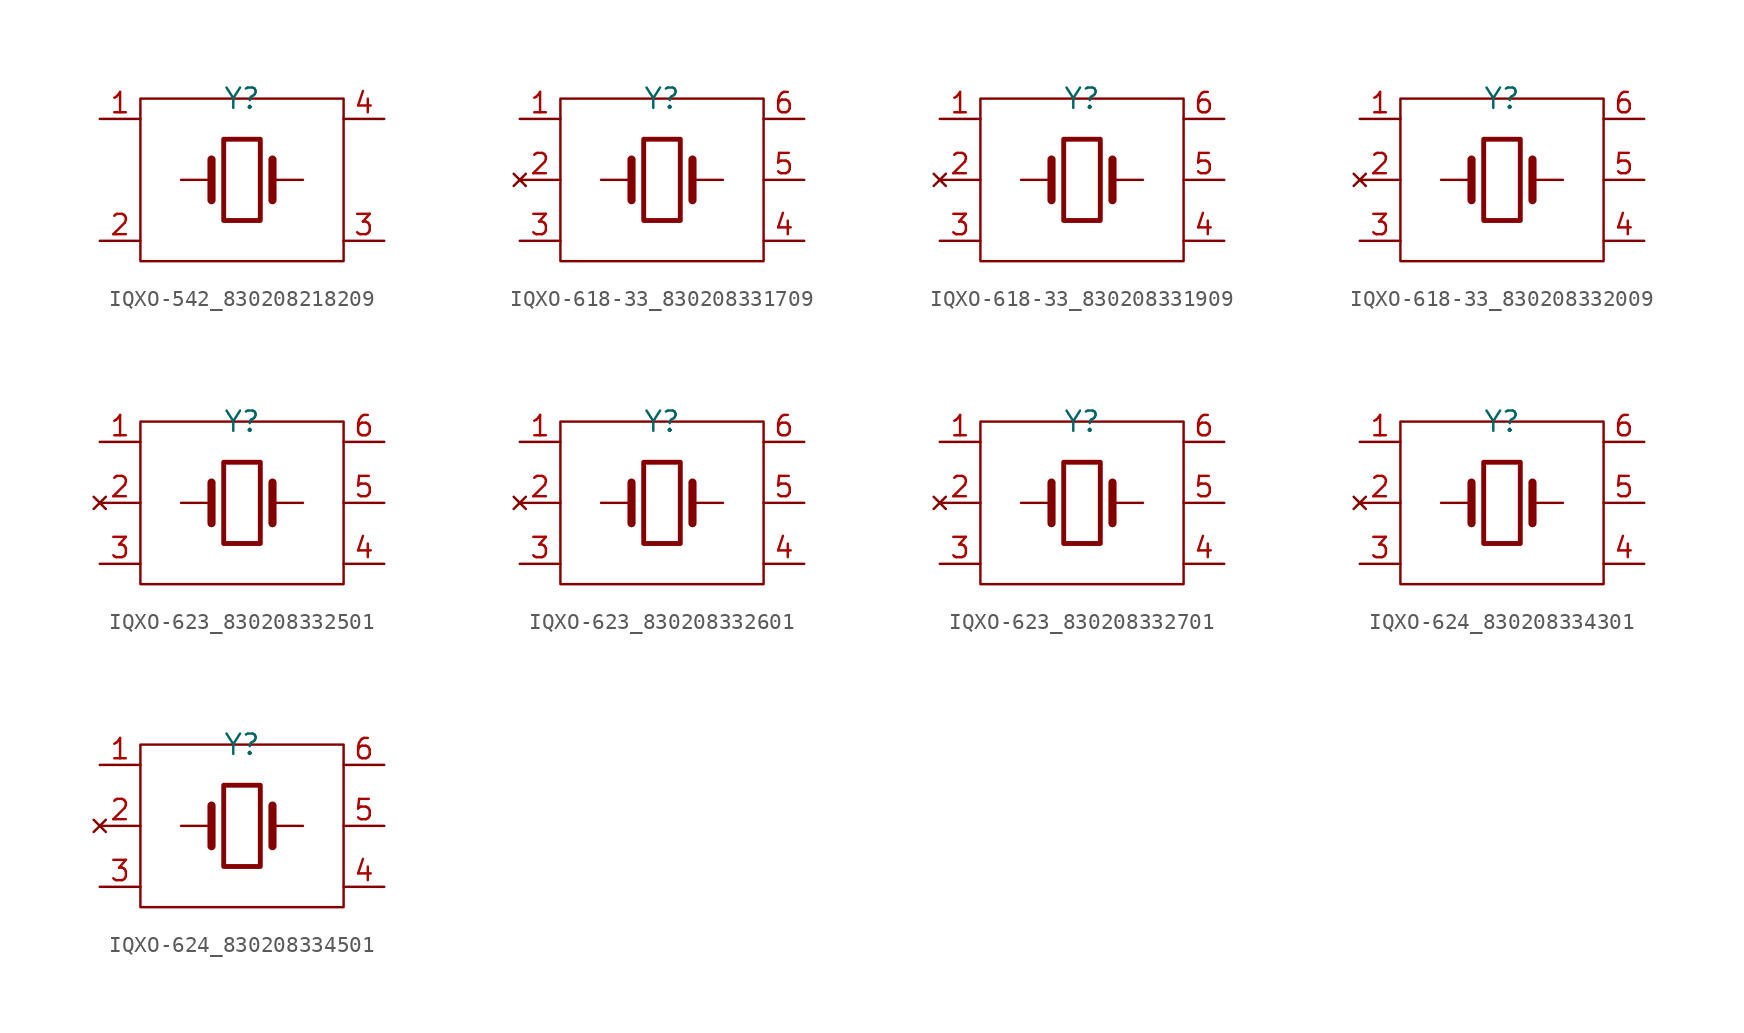
<source format=kicad_sym>
(kicad_symbol_lib
  (version 20220914)
  (generator kicad_symbol_editor)
  (symbol "IQXO-542_830208218209"
    (pin_names hide)
    (property "Reference" "Y"
      (at 0 5.08 0)
      (effects (font (size 1.27 1.27))))
    (property "Critical Parameter" ""
      (at 0 -5.08 0)
      (effects (font (size 1.27 1.27)) (justify left)))
    (symbol "IQXO-542_830208218209_0_1"
      (rectangle (start -6.35 5.08) (end 6.35 -5.08) (stroke (width 0) (type default)) (fill (type none)))
      (rectangle (start -1.143 2.54) (end 1.143 -2.54) (stroke (width 0.305) (type default)) (fill (type none)))
      (polyline (pts (xy -3.81 0) (xy -1.905 0)) (stroke (width 0) (type default)) (fill (type none)))
      (polyline (pts (xy -1.905 -1.27) (xy -1.905 1.27)) (stroke (width 0.508) (type default)) (fill (type none)))
      (polyline (pts (xy 1.905 -1.27) (xy 1.905 1.27)) (stroke (width 0.508) (type default)) (fill (type none)))
      (polyline (pts (xy 3.81 0) (xy 1.905 0)) (stroke (width 0) (type default)) (fill (type none))))
    (symbol "IQXO-542_830208218209_1_1"
      (pin passive line (at -8.89 3.81 0) (length 2.54) (name "E/D" (effects (font (size 1.27 1.27)))) (number "1" (effects (font (size 1.27 1.27)))))
      (pin passive line (at -8.89 -3.81 0) (length 2.54) (name "GND" (effects (font (size 1.27 1.27)))) (number "2" (effects (font (size 1.27 1.27)))))
      (pin passive line (at 8.89 -3.81 180) (length 2.54) (name "OUT" (effects (font (size 1.27 1.27)))) (number "3" (effects (font (size 1.27 1.27)))))
      (pin passive line (at 8.89 3.81 180) (length 2.54) (name "+VS" (effects (font (size 1.27 1.27)))) (number "4" (effects (font (size 1.27 1.27)))))))
  (symbol "IQXO-618-33_830208331709"
    (pin_names hide)
    (property "Reference" "Y"
      (at 0 5.08 0)
      (effects (font (size 1.27 1.27))))
    (property "Critical Parameter" ""
      (at 0 -5.08 0)
      (effects (font (size 1.27 1.27)) (justify left)))
    (symbol "IQXO-618-33_830208331709_0_1"
      (rectangle (start -6.35 5.08) (end 6.35 -5.08) (stroke (width 0) (type default)) (fill (type none)))
      (rectangle (start -1.143 2.54) (end 1.143 -2.54) (stroke (width 0.305) (type default)) (fill (type none)))
      (polyline (pts (xy -3.81 0) (xy -1.905 0)) (stroke (width 0) (type default)) (fill (type none)))
      (polyline (pts (xy -1.905 -1.27) (xy -1.905 1.27)) (stroke (width 0.508) (type default)) (fill (type none)))
      (polyline (pts (xy 1.905 -1.27) (xy 1.905 1.27)) (stroke (width 0.508) (type default)) (fill (type none)))
      (polyline (pts (xy 3.81 0) (xy 1.905 0)) (stroke (width 0) (type default)) (fill (type none))))
    (symbol "IQXO-618-33_830208331709_1_1"
      (pin passive line (at -8.89 3.81 0) (length 2.54) (name "E/D" (effects (font (size 1.27 1.27)))) (number "1" (effects (font (size 1.27 1.27)))))
      (pin no_connect line (at -8.89 0 0) (length 2.54) (name "NC" (effects (font (size 1.27 1.27)))) (number "2" (effects (font (size 1.27 1.27)))))
      (pin passive line (at -8.89 -3.81 0) (length 2.54) (name "GND" (effects (font (size 1.27 1.27)))) (number "3" (effects (font (size 1.27 1.27)))))
      (pin passive line (at 8.89 -3.81 180) (length 2.54) (name "OUT+" (effects (font (size 1.27 1.27)))) (number "4" (effects (font (size 1.27 1.27)))))
      (pin passive line (at 8.89 0 180) (length 2.54) (name "OUT-" (effects (font (size 1.27 1.27)))) (number "5" (effects (font (size 1.27 1.27)))))
      (pin passive line (at 8.89 3.81 180) (length 2.54) (name "+VS" (effects (font (size 1.27 1.27)))) (number "6" (effects (font (size 1.27 1.27)))))))
  (symbol "IQXO-618-33_830208331909"
    (pin_names hide)
    (property "Reference" "Y"
      (at 0 5.08 0)
      (effects (font (size 1.27 1.27))))
    (property "Critical Parameter" ""
      (at 0 -5.08 0)
      (effects (font (size 1.27 1.27)) (justify left)))
    (symbol "IQXO-618-33_830208331909_0_1"
      (rectangle (start -6.35 5.08) (end 6.35 -5.08) (stroke (width 0) (type default)) (fill (type none)))
      (rectangle (start -1.143 2.54) (end 1.143 -2.54) (stroke (width 0.305) (type default)) (fill (type none)))
      (polyline (pts (xy -3.81 0) (xy -1.905 0)) (stroke (width 0) (type default)) (fill (type none)))
      (polyline (pts (xy -1.905 -1.27) (xy -1.905 1.27)) (stroke (width 0.508) (type default)) (fill (type none)))
      (polyline (pts (xy 1.905 -1.27) (xy 1.905 1.27)) (stroke (width 0.508) (type default)) (fill (type none)))
      (polyline (pts (xy 3.81 0) (xy 1.905 0)) (stroke (width 0) (type default)) (fill (type none))))
    (symbol "IQXO-618-33_830208331909_1_1"
      (pin passive line (at -8.89 3.81 0) (length 2.54) (name "E/D" (effects (font (size 1.27 1.27)))) (number "1" (effects (font (size 1.27 1.27)))))
      (pin no_connect line (at -8.89 0 0) (length 2.54) (name "NC" (effects (font (size 1.27 1.27)))) (number "2" (effects (font (size 1.27 1.27)))))
      (pin passive line (at -8.89 -3.81 0) (length 2.54) (name "GND" (effects (font (size 1.27 1.27)))) (number "3" (effects (font (size 1.27 1.27)))))
      (pin passive line (at 8.89 -3.81 180) (length 2.54) (name "OUT+" (effects (font (size 1.27 1.27)))) (number "4" (effects (font (size 1.27 1.27)))))
      (pin passive line (at 8.89 0 180) (length 2.54) (name "OUT-" (effects (font (size 1.27 1.27)))) (number "5" (effects (font (size 1.27 1.27)))))
      (pin passive line (at 8.89 3.81 180) (length 2.54) (name "+VS" (effects (font (size 1.27 1.27)))) (number "6" (effects (font (size 1.27 1.27)))))))
  (symbol "IQXO-618-33_830208332009"
    (pin_names hide)
    (property "Reference" "Y"
      (at 0 5.08 0)
      (effects (font (size 1.27 1.27))))
    (property "Critical Parameter" ""
      (at 0 -5.08 0)
      (effects (font (size 1.27 1.27)) (justify left)))
    (symbol "IQXO-618-33_830208332009_0_1"
      (rectangle (start -6.35 5.08) (end 6.35 -5.08) (stroke (width 0) (type default)) (fill (type none)))
      (rectangle (start -1.143 2.54) (end 1.143 -2.54) (stroke (width 0.305) (type default)) (fill (type none)))
      (polyline (pts (xy -3.81 0) (xy -1.905 0)) (stroke (width 0) (type default)) (fill (type none)))
      (polyline (pts (xy -1.905 -1.27) (xy -1.905 1.27)) (stroke (width 0.508) (type default)) (fill (type none)))
      (polyline (pts (xy 1.905 -1.27) (xy 1.905 1.27)) (stroke (width 0.508) (type default)) (fill (type none)))
      (polyline (pts (xy 3.81 0) (xy 1.905 0)) (stroke (width 0) (type default)) (fill (type none))))
    (symbol "IQXO-618-33_830208332009_1_1"
      (pin passive line (at -8.89 3.81 0) (length 2.54) (name "E/D" (effects (font (size 1.27 1.27)))) (number "1" (effects (font (size 1.27 1.27)))))
      (pin no_connect line (at -8.89 0 0) (length 2.54) (name "NC" (effects (font (size 1.27 1.27)))) (number "2" (effects (font (size 1.27 1.27)))))
      (pin passive line (at -8.89 -3.81 0) (length 2.54) (name "GND" (effects (font (size 1.27 1.27)))) (number "3" (effects (font (size 1.27 1.27)))))
      (pin passive line (at 8.89 -3.81 180) (length 2.54) (name "OUT+" (effects (font (size 1.27 1.27)))) (number "4" (effects (font (size 1.27 1.27)))))
      (pin passive line (at 8.89 0 180) (length 2.54) (name "OUT-" (effects (font (size 1.27 1.27)))) (number "5" (effects (font (size 1.27 1.27)))))
      (pin passive line (at 8.89 3.81 180) (length 2.54) (name "+VS" (effects (font (size 1.27 1.27)))) (number "6" (effects (font (size 1.27 1.27)))))))
  (symbol "IQXO-623_830208332501"
    (pin_names hide)
    (property "Reference" "Y"
      (at 0 5.08 0)
      (effects (font (size 1.27 1.27))))
    (property "Critical Parameter" ""
      (at 0 -5.08 0)
      (effects (font (size 1.27 1.27)) (justify left)))
    (symbol "IQXO-623_830208332501_0_1"
      (rectangle (start -6.35 5.08) (end 6.35 -5.08) (stroke (width 0) (type default)) (fill (type none)))
      (rectangle (start -1.143 2.54) (end 1.143 -2.54) (stroke (width 0.305) (type default)) (fill (type none)))
      (polyline (pts (xy -3.81 0) (xy -1.905 0)) (stroke (width 0) (type default)) (fill (type none)))
      (polyline (pts (xy -1.905 -1.27) (xy -1.905 1.27)) (stroke (width 0.508) (type default)) (fill (type none)))
      (polyline (pts (xy 1.905 -1.27) (xy 1.905 1.27)) (stroke (width 0.508) (type default)) (fill (type none)))
      (polyline (pts (xy 3.81 0) (xy 1.905 0)) (stroke (width 0) (type default)) (fill (type none))))
    (symbol "IQXO-623_830208332501_1_1"
      (pin passive line (at -8.89 3.81 0) (length 2.54) (name "E/D" (effects (font (size 1.27 1.27)))) (number "1" (effects (font (size 1.27 1.27)))))
      (pin no_connect line (at -8.89 0 0) (length 2.54) (name "NC" (effects (font (size 1.27 1.27)))) (number "2" (effects (font (size 1.27 1.27)))))
      (pin passive line (at -8.89 -3.81 0) (length 2.54) (name "GND" (effects (font (size 1.27 1.27)))) (number "3" (effects (font (size 1.27 1.27)))))
      (pin passive line (at 8.89 -3.81 180) (length 2.54) (name "OUT+" (effects (font (size 1.27 1.27)))) (number "4" (effects (font (size 1.27 1.27)))))
      (pin passive line (at 8.89 0 180) (length 2.54) (name "OUT-" (effects (font (size 1.27 1.27)))) (number "5" (effects (font (size 1.27 1.27)))))
      (pin passive line (at 8.89 3.81 180) (length 2.54) (name "+VS" (effects (font (size 1.27 1.27)))) (number "6" (effects (font (size 1.27 1.27)))))))
  (symbol "IQXO-623_830208332601"
    (pin_names hide)
    (property "Reference" "Y"
      (at 0 5.08 0)
      (effects (font (size 1.27 1.27))))
    (property "Critical Parameter" ""
      (at 0 -5.08 0)
      (effects (font (size 1.27 1.27)) (justify left)))
    (symbol "IQXO-623_830208332601_0_1"
      (rectangle (start -6.35 5.08) (end 6.35 -5.08) (stroke (width 0) (type default)) (fill (type none)))
      (rectangle (start -1.143 2.54) (end 1.143 -2.54) (stroke (width 0.305) (type default)) (fill (type none)))
      (polyline (pts (xy -3.81 0) (xy -1.905 0)) (stroke (width 0) (type default)) (fill (type none)))
      (polyline (pts (xy -1.905 -1.27) (xy -1.905 1.27)) (stroke (width 0.508) (type default)) (fill (type none)))
      (polyline (pts (xy 1.905 -1.27) (xy 1.905 1.27)) (stroke (width 0.508) (type default)) (fill (type none)))
      (polyline (pts (xy 3.81 0) (xy 1.905 0)) (stroke (width 0) (type default)) (fill (type none))))
    (symbol "IQXO-623_830208332601_1_1"
      (pin passive line (at -8.89 3.81 0) (length 2.54) (name "E/D" (effects (font (size 1.27 1.27)))) (number "1" (effects (font (size 1.27 1.27)))))
      (pin no_connect line (at -8.89 0 0) (length 2.54) (name "NC" (effects (font (size 1.27 1.27)))) (number "2" (effects (font (size 1.27 1.27)))))
      (pin passive line (at -8.89 -3.81 0) (length 2.54) (name "GND" (effects (font (size 1.27 1.27)))) (number "3" (effects (font (size 1.27 1.27)))))
      (pin passive line (at 8.89 -3.81 180) (length 2.54) (name "OUT+" (effects (font (size 1.27 1.27)))) (number "4" (effects (font (size 1.27 1.27)))))
      (pin passive line (at 8.89 0 180) (length 2.54) (name "OUT-" (effects (font (size 1.27 1.27)))) (number "5" (effects (font (size 1.27 1.27)))))
      (pin passive line (at 8.89 3.81 180) (length 2.54) (name "+VS" (effects (font (size 1.27 1.27)))) (number "6" (effects (font (size 1.27 1.27)))))))
  (symbol "IQXO-623_830208332701"
    (pin_names hide)
    (property "Reference" "Y"
      (at 0 5.08 0)
      (effects (font (size 1.27 1.27))))
    (property "Critical Parameter" ""
      (at 0 -5.08 0)
      (effects (font (size 1.27 1.27)) (justify left)))
    (symbol "IQXO-623_830208332701_0_1"
      (rectangle (start -6.35 5.08) (end 6.35 -5.08) (stroke (width 0) (type default)) (fill (type none)))
      (rectangle (start -1.143 2.54) (end 1.143 -2.54) (stroke (width 0.305) (type default)) (fill (type none)))
      (polyline (pts (xy -3.81 0) (xy -1.905 0)) (stroke (width 0) (type default)) (fill (type none)))
      (polyline (pts (xy -1.905 -1.27) (xy -1.905 1.27)) (stroke (width 0.508) (type default)) (fill (type none)))
      (polyline (pts (xy 1.905 -1.27) (xy 1.905 1.27)) (stroke (width 0.508) (type default)) (fill (type none)))
      (polyline (pts (xy 3.81 0) (xy 1.905 0)) (stroke (width 0) (type default)) (fill (type none))))
    (symbol "IQXO-623_830208332701_1_1"
      (pin passive line (at -8.89 3.81 0) (length 2.54) (name "E/D" (effects (font (size 1.27 1.27)))) (number "1" (effects (font (size 1.27 1.27)))))
      (pin no_connect line (at -8.89 0 0) (length 2.54) (name "NC" (effects (font (size 1.27 1.27)))) (number "2" (effects (font (size 1.27 1.27)))))
      (pin passive line (at -8.89 -3.81 0) (length 2.54) (name "GND" (effects (font (size 1.27 1.27)))) (number "3" (effects (font (size 1.27 1.27)))))
      (pin passive line (at 8.89 -3.81 180) (length 2.54) (name "OUT+" (effects (font (size 1.27 1.27)))) (number "4" (effects (font (size 1.27 1.27)))))
      (pin passive line (at 8.89 0 180) (length 2.54) (name "OUT-" (effects (font (size 1.27 1.27)))) (number "5" (effects (font (size 1.27 1.27)))))
      (pin passive line (at 8.89 3.81 180) (length 2.54) (name "+VS" (effects (font (size 1.27 1.27)))) (number "6" (effects (font (size 1.27 1.27)))))))
  (symbol "IQXO-624_830208334301"
    (pin_names hide)
    (property "Reference" "Y"
      (at 0 5.08 0)
      (effects (font (size 1.27 1.27))))
    (property "Critical Parameter" ""
      (at 0 -5.08 0)
      (effects (font (size 1.27 1.27)) (justify left)))
    (symbol "IQXO-624_830208334301_0_1"
      (rectangle (start -6.35 5.08) (end 6.35 -5.08) (stroke (width 0) (type default)) (fill (type none)))
      (rectangle (start -1.143 2.54) (end 1.143 -2.54) (stroke (width 0.305) (type default)) (fill (type none)))
      (polyline (pts (xy -3.81 0) (xy -1.905 0)) (stroke (width 0) (type default)) (fill (type none)))
      (polyline (pts (xy -1.905 -1.27) (xy -1.905 1.27)) (stroke (width 0.508) (type default)) (fill (type none)))
      (polyline (pts (xy 1.905 -1.27) (xy 1.905 1.27)) (stroke (width 0.508) (type default)) (fill (type none)))
      (polyline (pts (xy 3.81 0) (xy 1.905 0)) (stroke (width 0) (type default)) (fill (type none))))
    (symbol "IQXO-624_830208334301_1_1"
      (pin passive line (at -8.89 3.81 0) (length 2.54) (name "E/D" (effects (font (size 1.27 1.27)))) (number "1" (effects (font (size 1.27 1.27)))))
      (pin no_connect line (at -8.89 0 0) (length 2.54) (name "NC" (effects (font (size 1.27 1.27)))) (number "2" (effects (font (size 1.27 1.27)))))
      (pin passive line (at -8.89 -3.81 0) (length 2.54) (name "GND" (effects (font (size 1.27 1.27)))) (number "3" (effects (font (size 1.27 1.27)))))
      (pin passive line (at 8.89 -3.81 180) (length 2.54) (name "OUT+" (effects (font (size 1.27 1.27)))) (number "4" (effects (font (size 1.27 1.27)))))
      (pin passive line (at 8.89 0 180) (length 2.54) (name "OUT-" (effects (font (size 1.27 1.27)))) (number "5" (effects (font (size 1.27 1.27)))))
      (pin passive line (at 8.89 3.81 180) (length 2.54) (name "+VS" (effects (font (size 1.27 1.27)))) (number "6" (effects (font (size 1.27 1.27)))))))
  (symbol "IQXO-624_830208334501"
    (pin_names hide)
    (property "Reference" "Y"
      (at 0 5.08 0)
      (effects (font (size 1.27 1.27))))
    (property "Critical Parameter" ""
      (at 0 -5.08 0)
      (effects (font (size 1.27 1.27)) (justify left)))
    (symbol "IQXO-624_830208334501_0_1"
      (rectangle (start -6.35 5.08) (end 6.35 -5.08) (stroke (width 0) (type default)) (fill (type none)))
      (rectangle (start -1.143 2.54) (end 1.143 -2.54) (stroke (width 0.305) (type default)) (fill (type none)))
      (polyline (pts (xy -3.81 0) (xy -1.905 0)) (stroke (width 0) (type default)) (fill (type none)))
      (polyline (pts (xy -1.905 -1.27) (xy -1.905 1.27)) (stroke (width 0.508) (type default)) (fill (type none)))
      (polyline (pts (xy 1.905 -1.27) (xy 1.905 1.27)) (stroke (width 0.508) (type default)) (fill (type none)))
      (polyline (pts (xy 3.81 0) (xy 1.905 0)) (stroke (width 0) (type default)) (fill (type none))))
    (symbol "IQXO-624_830208334501_1_1"
      (pin passive line (at -8.89 3.81 0) (length 2.54) (name "E/D" (effects (font (size 1.27 1.27)))) (number "1" (effects (font (size 1.27 1.27)))))
      (pin no_connect line (at -8.89 0 0) (length 2.54) (name "NC" (effects (font (size 1.27 1.27)))) (number "2" (effects (font (size 1.27 1.27)))))
      (pin passive line (at -8.89 -3.81 0) (length 2.54) (name "GND" (effects (font (size 1.27 1.27)))) (number "3" (effects (font (size 1.27 1.27)))))
      (pin passive line (at 8.89 -3.81 180) (length 2.54) (name "OUT+" (effects (font (size 1.27 1.27)))) (number "4" (effects (font (size 1.27 1.27)))))
      (pin passive line (at 8.89 0 180) (length 2.54) (name "OUT-" (effects (font (size 1.27 1.27)))) (number "5" (effects (font (size 1.27 1.27)))))
      (pin passive line (at 8.89 3.81 180) (length 2.54) (name "+VS" (effects (font (size 1.27 1.27)))) (number "6" (effects (font (size 1.27 1.27))))))))
</source>
